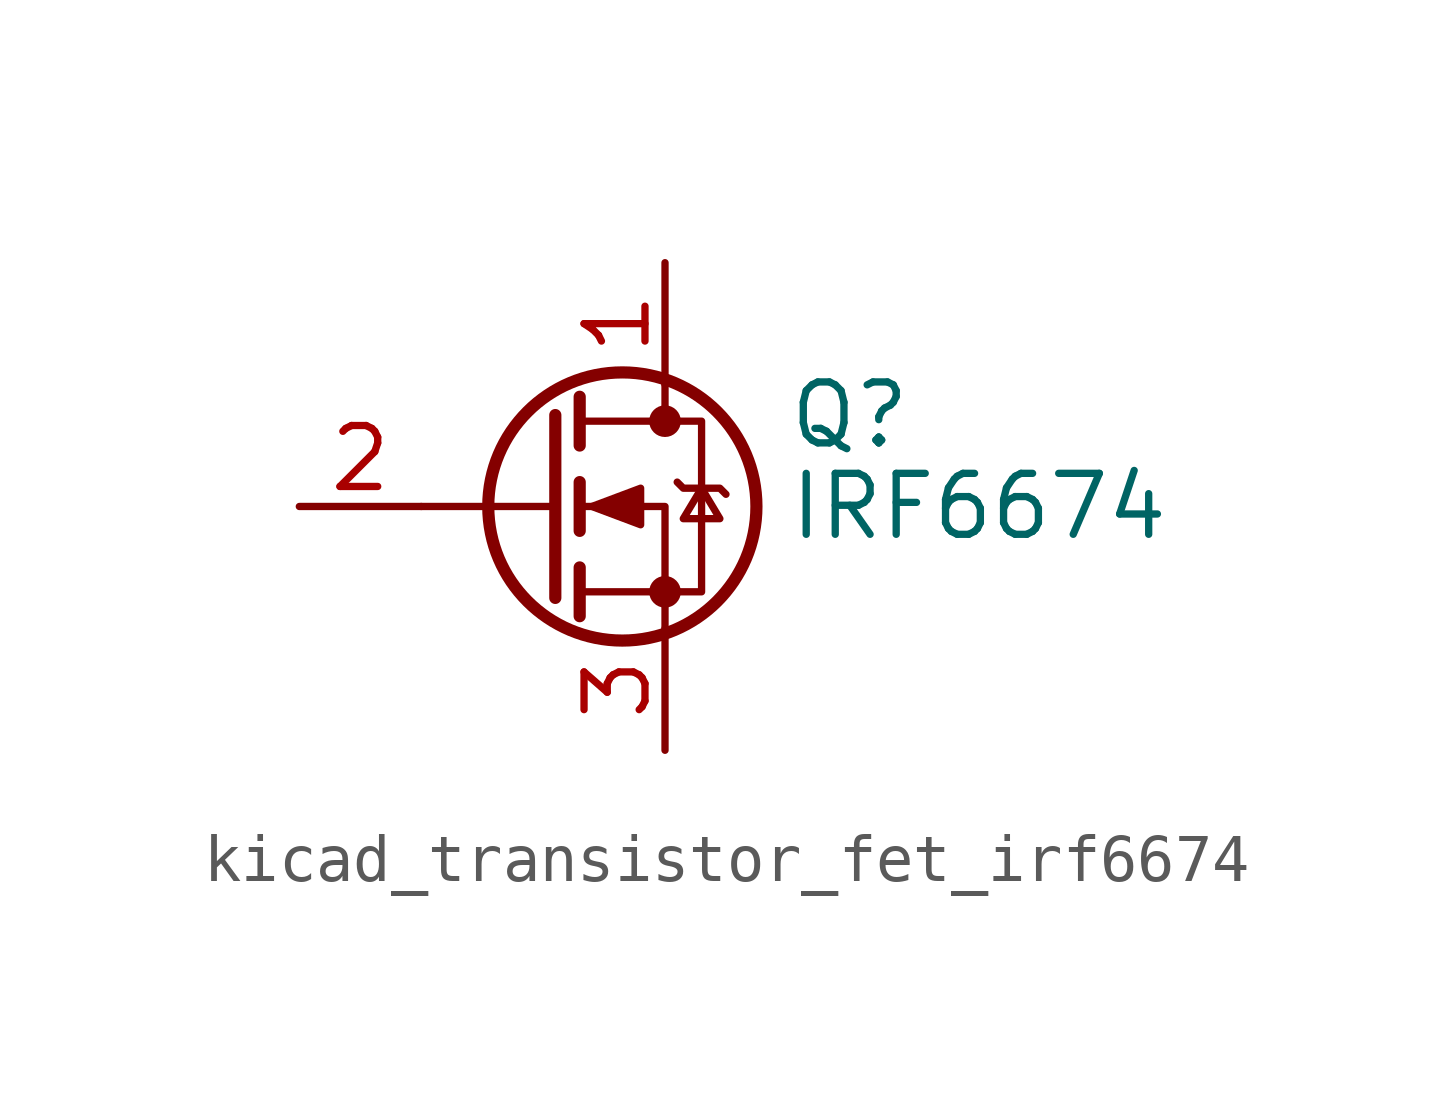
<source format=kicad_sym>
(kicad_symbol_lib
  (version 20220914)
  (generator kicad_symbol_editor)
  (symbol "kicad_transistor_fet_irf6674"
    (pin_names hide)
    (property "Reference" "Q"
      (at 5.08 1.905 0)
      (effects (font (size 1.27 1.27)) (justify left)))
    (property "Value" "IRF6674"
      (at 5.08 0 0)
      (effects (font (size 1.27 1.27)) (justify left)))
    (symbol "kicad_transistor_fet_irf6674_0_1"
      (polyline (pts (xy 0.254 0) (xy -2.54 0)) (stroke (width 0) (type default)) (fill (type none)))
      (polyline (pts (xy 0.254 1.905) (xy 0.254 -1.905)) (stroke (width 0.254) (type default)) (fill (type none)))
      (polyline (pts (xy 0.762 -1.27) (xy 0.762 -2.286)) (stroke (width 0.254) (type default)) (fill (type none)))
      (polyline (pts (xy 0.762 0.508) (xy 0.762 -0.508)) (stroke (width 0.254) (type default)) (fill (type none)))
      (polyline (pts (xy 0.762 2.286) (xy 0.762 1.27)) (stroke (width 0.254) (type default)) (fill (type none)))
      (polyline (pts (xy 2.54 2.54) (xy 2.54 1.778)) (stroke (width 0) (type default)) (fill (type none)))
      (polyline (pts (xy 2.54 -2.54) (xy 2.54 0) (xy 0.762 0)) (stroke (width 0) (type default)) (fill (type none)))
      (polyline (pts (xy 0.762 -1.778) (xy 3.302 -1.778) (xy 3.302 1.778) (xy 0.762 1.778)) (stroke (width 0) (type default)) (fill (type none)))
      (polyline (pts (xy 1.016 0) (xy 2.032 0.381) (xy 2.032 -0.381) (xy 1.016 0)) (stroke (width 0) (type default)) (fill (type outline)))
      (polyline (pts (xy 2.794 0.508) (xy 2.921 0.381) (xy 3.683 0.381) (xy 3.81 0.254)) (stroke (width 0) (type default)) (fill (type none)))
      (polyline (pts (xy 3.302 0.381) (xy 2.921 -0.254) (xy 3.683 -0.254) (xy 3.302 0.381)) (stroke (width 0) (type default)) (fill (type none)))
      (circle (center 1.651 0) (radius 2.794) (stroke (width 0.254) (type default)) (fill (type none)))
      (circle (center 2.54 -1.778) (radius 0.254) (stroke (width 0) (type default)) (fill (type outline)))
      (circle (center 2.54 1.778) (radius 0.254) (stroke (width 0) (type default)) (fill (type outline))))
    (symbol "kicad_transistor_fet_irf6674_1_1"
      (pin passive line (at 2.54 5.08 270) (length 2.54) (name "D" (effects (font (size 1.27 1.27)))) (number "1" (effects (font (size 1.27 1.27)))))
      (pin input line (at -5.08 0 0) (length 2.54) (name "G" (effects (font (size 1.27 1.27)))) (number "2" (effects (font (size 1.27 1.27)))))
      (pin passive line (at 2.54 -5.08 90) (length 2.54) (name "S" (effects (font (size 1.27 1.27)))) (number "3" (effects (font (size 1.27 1.27))))))))
</source>
